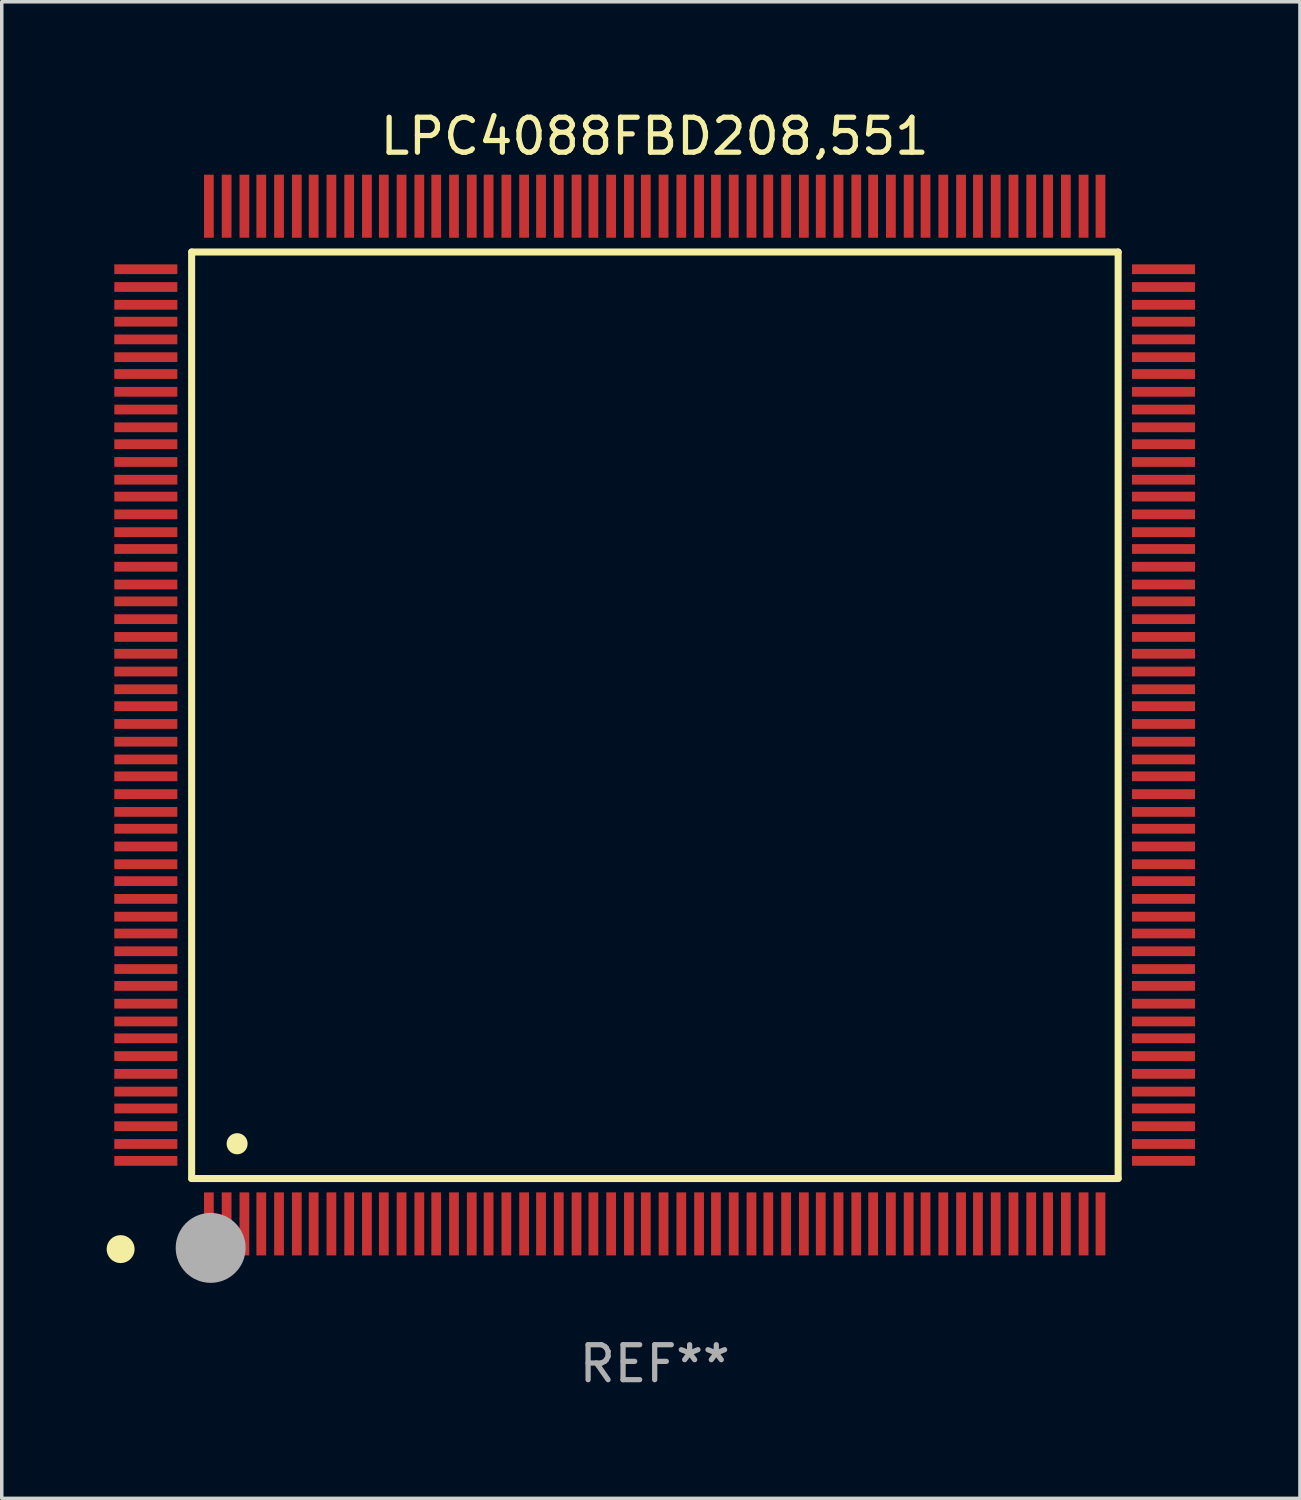
<source format=kicad_pcb>
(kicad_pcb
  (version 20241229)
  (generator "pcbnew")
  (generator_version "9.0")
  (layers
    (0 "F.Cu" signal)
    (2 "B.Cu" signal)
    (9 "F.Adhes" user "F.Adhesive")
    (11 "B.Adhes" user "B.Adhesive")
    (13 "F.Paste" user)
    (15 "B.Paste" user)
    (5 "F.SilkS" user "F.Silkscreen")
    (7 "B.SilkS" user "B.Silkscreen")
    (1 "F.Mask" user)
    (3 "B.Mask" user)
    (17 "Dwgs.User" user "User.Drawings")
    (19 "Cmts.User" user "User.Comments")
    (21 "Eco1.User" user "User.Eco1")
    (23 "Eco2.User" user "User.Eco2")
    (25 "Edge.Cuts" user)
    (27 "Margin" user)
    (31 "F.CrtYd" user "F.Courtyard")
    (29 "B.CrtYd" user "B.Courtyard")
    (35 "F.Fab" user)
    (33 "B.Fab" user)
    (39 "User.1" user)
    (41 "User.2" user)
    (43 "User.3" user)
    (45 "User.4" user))
  (footprint "LPC4088FBD208,551"
    (layer "F.Cu")
    (at 15.675 17.402)
    (property "Reference" "LPC4088FBD208,551" (at 0 -16.554 0) (layer "F.SilkS") (effects (font (size 1 1) (thickness 0.15))))
    (attr through_hole)
    (fp_line (start -13.244 -13.244) (end -13.244 13.256) (stroke (width 0.201) (type solid)) (layer "F.SilkS"))
    (fp_line (start -13.244 13.256) (end 13.256 13.256) (stroke (width 0.201) (type solid)) (layer "F.SilkS"))
    (fp_line (start 13.256 -13.244) (end -13.244 -13.244) (stroke (width 0.201) (type solid)) (layer "F.SilkS"))
    (fp_line (start 13.256 13.256) (end 13.256 -13.244) (stroke (width 0.201) (type solid)) (layer "F.SilkS"))
    (fp_arc (start -13.268987 14.90983) (mid -13.268992 14.90856) (end -13.268987 14.90729) (stroke (width 0.299721) (type solid)) (layer "F.SilkS"))
    (fp_arc (start -11.943104 12.263145) (mid -11.943115 12.260605) (end -11.943104 12.258065) (stroke (width 0.599441) (type solid)) (layer "F.SilkS"))
    (fp_circle (center -15.275 15.275) (end -15.075 15.275) (stroke (width 0.4) (type solid)) (fill no) (layer "F.SilkS"))
    (fp_circle (center -12.7 15.24) (end -12.2 15.24) (stroke (width 1) (type solid)) (fill no) (layer "F.Fab"))
    (fp_text user "REF**" (at 0 18.554 0) (layer "F.Fab") (effects (font (size 1 1) (thickness 0.15))))
    (pad "1" smd rect (at -12.751 14.554 180) (size 0.279 1.803) (layers "F.Cu" "F.Mask" "F.Paste"))
    (pad "2" smd rect (at -12.243 14.554 180) (size 0.279 1.803) (layers "F.Cu" "F.Mask" "F.Paste"))
    (pad "3" smd rect (at -11.735 14.554 180) (size 0.279 1.803) (layers "F.Cu" "F.Mask" "F.Paste"))
    (pad "4" smd rect (at -11.252 14.554 180) (size 0.279 1.803) (layers "F.Cu" "F.Mask" "F.Paste"))
    (pad "5" smd rect (at -10.744 14.554 180) (size 0.279 1.803) (layers "F.Cu" "F.Mask" "F.Paste"))
    (pad "6" smd rect (at -10.236 14.554 180) (size 0.279 1.803) (layers "F.Cu" "F.Mask" "F.Paste"))
    (pad "7" smd rect (at -9.754 14.554 180) (size 0.279 1.803) (layers "F.Cu" "F.Mask" "F.Paste"))
    (pad "8" smd rect (at -9.246 14.554 180) (size 0.279 1.803) (layers "F.Cu" "F.Mask" "F.Paste"))
    (pad "9" smd rect (at -8.738 14.554 180) (size 0.279 1.803) (layers "F.Cu" "F.Mask" "F.Paste"))
    (pad "10" smd rect (at -8.23 14.554 180) (size 0.279 1.803) (layers "F.Cu" "F.Mask" "F.Paste"))
    (pad "11" smd rect (at -7.747 14.554 180) (size 0.279 1.803) (layers "F.Cu" "F.Mask" "F.Paste"))
    (pad "12" smd rect (at -7.239 14.554 180) (size 0.279 1.803) (layers "F.Cu" "F.Mask" "F.Paste"))
    (pad "13" smd rect (at -6.731 14.554 180) (size 0.279 1.803) (layers "F.Cu" "F.Mask" "F.Paste"))
    (pad "14" smd rect (at -6.248 14.554 180) (size 0.279 1.803) (layers "F.Cu" "F.Mask" "F.Paste"))
    (pad "15" smd rect (at -5.74 14.554 180) (size 0.279 1.803) (layers "F.Cu" "F.Mask" "F.Paste"))
    (pad "16" smd rect (at -5.232 14.554 180) (size 0.279 1.803) (layers "F.Cu" "F.Mask" "F.Paste"))
    (pad "17" smd rect (at -4.75 14.554 180) (size 0.279 1.803) (layers "F.Cu" "F.Mask" "F.Paste"))
    (pad "18" smd rect (at -4.242 14.554 180) (size 0.279 1.803) (layers "F.Cu" "F.Mask" "F.Paste"))
    (pad "19" smd rect (at -3.734 14.554 180) (size 0.279 1.803) (layers "F.Cu" "F.Mask" "F.Paste"))
    (pad "20" smd rect (at -3.251 14.554 180) (size 0.279 1.803) (layers "F.Cu" "F.Mask" "F.Paste"))
    (pad "21" smd rect (at -2.743 14.554 180) (size 0.279 1.803) (layers "F.Cu" "F.Mask" "F.Paste"))
    (pad "22" smd rect (at -2.235 14.554 180) (size 0.279 1.803) (layers "F.Cu" "F.Mask" "F.Paste"))
    (pad "23" smd rect (at -1.753 14.554 180) (size 0.279 1.803) (layers "F.Cu" "F.Mask" "F.Paste"))
    (pad "24" smd rect (at -1.245 14.554 180) (size 0.279 1.803) (layers "F.Cu" "F.Mask" "F.Paste"))
    (pad "25" smd rect (at -0.737 14.554 180) (size 0.279 1.803) (layers "F.Cu" "F.Mask" "F.Paste"))
    (pad "26" smd rect (at -0.254 14.554 180) (size 0.279 1.803) (layers "F.Cu" "F.Mask" "F.Paste"))
    (pad "27" smd rect (at 0.254 14.554 180) (size 0.279 1.803) (layers "F.Cu" "F.Mask" "F.Paste"))
    (pad "28" smd rect (at 0.762 14.554 180) (size 0.279 1.803) (layers "F.Cu" "F.Mask" "F.Paste"))
    (pad "29" smd rect (at 1.27 14.554 180) (size 0.279 1.803) (layers "F.Cu" "F.Mask" "F.Paste"))
    (pad "30" smd rect (at 1.753 14.554 180) (size 0.279 1.803) (layers "F.Cu" "F.Mask" "F.Paste"))
    (pad "31" smd rect (at 2.261 14.554 180) (size 0.279 1.803) (layers "F.Cu" "F.Mask" "F.Paste"))
    (pad "32" smd rect (at 2.769 14.554 180) (size 0.279 1.803) (layers "F.Cu" "F.Mask" "F.Paste"))
    (pad "33" smd rect (at 3.251 14.554 180) (size 0.279 1.803) (layers "F.Cu" "F.Mask" "F.Paste"))
    (pad "34" smd rect (at 3.759 14.554 180) (size 0.279 1.803) (layers "F.Cu" "F.Mask" "F.Paste"))
    (pad "35" smd rect (at 4.267 14.554 180) (size 0.279 1.803) (layers "F.Cu" "F.Mask" "F.Paste"))
    (pad "36" smd rect (at 4.75 14.554 180) (size 0.279 1.803) (layers "F.Cu" "F.Mask" "F.Paste"))
    (pad "37" smd rect (at 5.258 14.554 180) (size 0.279 1.803) (layers "F.Cu" "F.Mask" "F.Paste"))
    (pad "38" smd rect (at 5.766 14.554 180) (size 0.279 1.803) (layers "F.Cu" "F.Mask" "F.Paste"))
    (pad "39" smd rect (at 6.248 14.554 180) (size 0.279 1.803) (layers "F.Cu" "F.Mask" "F.Paste"))
    (pad "40" smd rect (at 6.756 14.554 180) (size 0.279 1.803) (layers "F.Cu" "F.Mask" "F.Paste"))
    (pad "41" smd rect (at 7.264 14.554 180) (size 0.279 1.803) (layers "F.Cu" "F.Mask" "F.Paste"))
    (pad "42" smd rect (at 7.747 14.554 180) (size 0.279 1.803) (layers "F.Cu" "F.Mask" "F.Paste"))
    (pad "43" smd rect (at 8.255 14.554 180) (size 0.279 1.803) (layers "F.Cu" "F.Mask" "F.Paste"))
    (pad "44" smd rect (at 8.763 14.554 180) (size 0.279 1.803) (layers "F.Cu" "F.Mask" "F.Paste"))
    (pad "45" smd rect (at 9.246 14.554 180) (size 0.279 1.803) (layers "F.Cu" "F.Mask" "F.Paste"))
    (pad "46" smd rect (at 9.754 14.554 180) (size 0.279 1.803) (layers "F.Cu" "F.Mask" "F.Paste"))
    (pad "47" smd rect (at 10.262 14.554 180) (size 0.279 1.803) (layers "F.Cu" "F.Mask" "F.Paste"))
    (pad "48" smd rect (at 10.77 14.554 180) (size 0.279 1.803) (layers "F.Cu" "F.Mask" "F.Paste"))
    (pad "49" smd rect (at 11.252 14.554 180) (size 0.279 1.803) (layers "F.Cu" "F.Mask" "F.Paste"))
    (pad "50" smd rect (at 11.76 14.554 180) (size 0.279 1.803) (layers "F.Cu" "F.Mask" "F.Paste"))
    (pad "51" smd rect (at 12.268 14.554 180) (size 0.279 1.803) (layers "F.Cu" "F.Mask" "F.Paste"))
    (pad "52" smd rect (at 12.751 14.554 180) (size 0.279 1.803) (layers "F.Cu" "F.Mask" "F.Paste"))
    (pad "53" smd rect (at 14.554 12.751 90) (size 0.279 1.803) (layers "F.Cu" "F.Mask" "F.Paste"))
    (pad "54" smd rect (at 14.554 12.268 90) (size 0.279 1.803) (layers "F.Cu" "F.Mask" "F.Paste"))
    (pad "55" smd rect (at 14.554 11.76 90) (size 0.279 1.803) (layers "F.Cu" "F.Mask" "F.Paste"))
    (pad "56" smd rect (at 14.554 11.252 90) (size 0.279 1.803) (layers "F.Cu" "F.Mask" "F.Paste"))
    (pad "57" smd rect (at 14.554 10.77 90) (size 0.279 1.803) (layers "F.Cu" "F.Mask" "F.Paste"))
    (pad "58" smd rect (at 14.554 10.262 90) (size 0.279 1.803) (layers "F.Cu" "F.Mask" "F.Paste"))
    (pad "59" smd rect (at 14.554 9.754 90) (size 0.279 1.803) (layers "F.Cu" "F.Mask" "F.Paste"))
    (pad "60" smd rect (at 14.554 9.246 90) (size 0.279 1.803) (layers "F.Cu" "F.Mask" "F.Paste"))
    (pad "61" smd rect (at 14.554 8.763 90) (size 0.279 1.803) (layers "F.Cu" "F.Mask" "F.Paste"))
    (pad "62" smd rect (at 14.554 8.255 90) (size 0.279 1.803) (layers "F.Cu" "F.Mask" "F.Paste"))
    (pad "63" smd rect (at 14.554 7.747 90) (size 0.279 1.803) (layers "F.Cu" "F.Mask" "F.Paste"))
    (pad "64" smd rect (at 14.554 7.264 90) (size 0.279 1.803) (layers "F.Cu" "F.Mask" "F.Paste"))
    (pad "65" smd rect (at 14.554 6.756 90) (size 0.279 1.803) (layers "F.Cu" "F.Mask" "F.Paste"))
    (pad "66" smd rect (at 14.554 6.248 90) (size 0.279 1.803) (layers "F.Cu" "F.Mask" "F.Paste"))
    (pad "67" smd rect (at 14.554 5.766 90) (size 0.279 1.803) (layers "F.Cu" "F.Mask" "F.Paste"))
    (pad "68" smd rect (at 14.554 5.258 90) (size 0.279 1.803) (layers "F.Cu" "F.Mask" "F.Paste"))
    (pad "69" smd rect (at 14.554 4.75 90) (size 0.279 1.803) (layers "F.Cu" "F.Mask" "F.Paste"))
    (pad "70" smd rect (at 14.554 4.267 90) (size 0.279 1.803) (layers "F.Cu" "F.Mask" "F.Paste"))
    (pad "71" smd rect (at 14.554 3.759 90) (size 0.279 1.803) (layers "F.Cu" "F.Mask" "F.Paste"))
    (pad "72" smd rect (at 14.554 3.251 90) (size 0.279 1.803) (layers "F.Cu" "F.Mask" "F.Paste"))
    (pad "73" smd rect (at 14.554 2.769 90) (size 0.279 1.803) (layers "F.Cu" "F.Mask" "F.Paste"))
    (pad "74" smd rect (at 14.554 2.261 90) (size 0.279 1.803) (layers "F.Cu" "F.Mask" "F.Paste"))
    (pad "75" smd rect (at 14.554 1.753 90) (size 0.279 1.803) (layers "F.Cu" "F.Mask" "F.Paste"))
    (pad "76" smd rect (at 14.554 1.27 90) (size 0.279 1.803) (layers "F.Cu" "F.Mask" "F.Paste"))
    (pad "77" smd rect (at 14.554 0.762 90) (size 0.279 1.803) (layers "F.Cu" "F.Mask" "F.Paste"))
    (pad "78" smd rect (at 14.554 0.254 90) (size 0.279 1.803) (layers "F.Cu" "F.Mask" "F.Paste"))
    (pad "79" smd rect (at 14.554 -0.254 90) (size 0.279 1.803) (layers "F.Cu" "F.Mask" "F.Paste"))
    (pad "80" smd rect (at 14.554 -0.737 90) (size 0.279 1.803) (layers "F.Cu" "F.Mask" "F.Paste"))
    (pad "81" smd rect (at 14.554 -1.245 90) (size 0.279 1.803) (layers "F.Cu" "F.Mask" "F.Paste"))
    (pad "82" smd rect (at 14.554 -1.753 90) (size 0.279 1.803) (layers "F.Cu" "F.Mask" "F.Paste"))
    (pad "83" smd rect (at 14.554 -2.235 90) (size 0.279 1.803) (layers "F.Cu" "F.Mask" "F.Paste"))
    (pad "84" smd rect (at 14.554 -2.743 90) (size 0.279 1.803) (layers "F.Cu" "F.Mask" "F.Paste"))
    (pad "85" smd rect (at 14.554 -3.251 90) (size 0.279 1.803) (layers "F.Cu" "F.Mask" "F.Paste"))
    (pad "86" smd rect (at 14.554 -3.734 90) (size 0.279 1.803) (layers "F.Cu" "F.Mask" "F.Paste"))
    (pad "87" smd rect (at 14.554 -4.242 90) (size 0.279 1.803) (layers "F.Cu" "F.Mask" "F.Paste"))
    (pad "88" smd rect (at 14.554 -4.75 90) (size 0.279 1.803) (layers "F.Cu" "F.Mask" "F.Paste"))
    (pad "89" smd rect (at 14.554 -5.232 90) (size 0.279 1.803) (layers "F.Cu" "F.Mask" "F.Paste"))
    (pad "90" smd rect (at 14.554 -5.74 90) (size 0.279 1.803) (layers "F.Cu" "F.Mask" "F.Paste"))
    (pad "91" smd rect (at 14.554 -6.248 90) (size 0.279 1.803) (layers "F.Cu" "F.Mask" "F.Paste"))
    (pad "92" smd rect (at 14.554 -6.731 90) (size 0.279 1.803) (layers "F.Cu" "F.Mask" "F.Paste"))
    (pad "93" smd rect (at 14.554 -7.239 90) (size 0.279 1.803) (layers "F.Cu" "F.Mask" "F.Paste"))
    (pad "94" smd rect (at 14.554 -7.747 90) (size 0.279 1.803) (layers "F.Cu" "F.Mask" "F.Paste"))
    (pad "95" smd rect (at 14.554 -8.23 90) (size 0.279 1.803) (layers "F.Cu" "F.Mask" "F.Paste"))
    (pad "96" smd rect (at 14.554 -8.738 90) (size 0.279 1.803) (layers "F.Cu" "F.Mask" "F.Paste"))
    (pad "97" smd rect (at 14.554 -9.246 90) (size 0.279 1.803) (layers "F.Cu" "F.Mask" "F.Paste"))
    (pad "98" smd rect (at 14.554 -9.754 90) (size 0.279 1.803) (layers "F.Cu" "F.Mask" "F.Paste"))
    (pad "99" smd rect (at 14.554 -10.236 90) (size 0.279 1.803) (layers "F.Cu" "F.Mask" "F.Paste"))
    (pad "100" smd rect (at 14.554 -10.744 90) (size 0.279 1.803) (layers "F.Cu" "F.Mask" "F.Paste"))
    (pad "101" smd rect (at 14.554 -11.252 90) (size 0.279 1.803) (layers "F.Cu" "F.Mask" "F.Paste"))
    (pad "102" smd rect (at 14.554 -11.735 90) (size 0.279 1.803) (layers "F.Cu" "F.Mask" "F.Paste"))
    (pad "103" smd rect (at 14.554 -12.243 90) (size 0.279 1.803) (layers "F.Cu" "F.Mask" "F.Paste"))
    (pad "104" smd rect (at 14.554 -12.751 90) (size 0.279 1.803) (layers "F.Cu" "F.Mask" "F.Paste"))
    (pad "105" smd rect (at 12.751 -14.554 180) (size 0.279 1.803) (layers "F.Cu" "F.Mask" "F.Paste"))
    (pad "106" smd rect (at 12.268 -14.554 180) (size 0.279 1.803) (layers "F.Cu" "F.Mask" "F.Paste"))
    (pad "107" smd rect (at 11.76 -14.554 180) (size 0.279 1.803) (layers "F.Cu" "F.Mask" "F.Paste"))
    (pad "108" smd rect (at 11.252 -14.554 180) (size 0.279 1.803) (layers "F.Cu" "F.Mask" "F.Paste"))
    (pad "109" smd rect (at 10.77 -14.554 180) (size 0.279 1.803) (layers "F.Cu" "F.Mask" "F.Paste"))
    (pad "110" smd rect (at 10.262 -14.554 180) (size 0.279 1.803) (layers "F.Cu" "F.Mask" "F.Paste"))
    (pad "111" smd rect (at 9.754 -14.554 180) (size 0.279 1.803) (layers "F.Cu" "F.Mask" "F.Paste"))
    (pad "112" smd rect (at 9.246 -14.554 180) (size 0.279 1.803) (layers "F.Cu" "F.Mask" "F.Paste"))
    (pad "113" smd rect (at 8.763 -14.554 180) (size 0.279 1.803) (layers "F.Cu" "F.Mask" "F.Paste"))
    (pad "114" smd rect (at 8.255 -14.554 180) (size 0.279 1.803) (layers "F.Cu" "F.Mask" "F.Paste"))
    (pad "115" smd rect (at 7.747 -14.554 180) (size 0.279 1.803) (layers "F.Cu" "F.Mask" "F.Paste"))
    (pad "116" smd rect (at 7.264 -14.554 180) (size 0.279 1.803) (layers "F.Cu" "F.Mask" "F.Paste"))
    (pad "117" smd rect (at 6.756 -14.554 180) (size 0.279 1.803) (layers "F.Cu" "F.Mask" "F.Paste"))
    (pad "118" smd rect (at 6.248 -14.554 180) (size 0.279 1.803) (layers "F.Cu" "F.Mask" "F.Paste"))
    (pad "119" smd rect (at 5.766 -14.554 180) (size 0.279 1.803) (layers "F.Cu" "F.Mask" "F.Paste"))
    (pad "120" smd rect (at 5.258 -14.554 180) (size 0.279 1.803) (layers "F.Cu" "F.Mask" "F.Paste"))
    (pad "121" smd rect (at 4.75 -14.554 180) (size 0.279 1.803) (layers "F.Cu" "F.Mask" "F.Paste"))
    (pad "122" smd rect (at 4.267 -14.554 180) (size 0.279 1.803) (layers "F.Cu" "F.Mask" "F.Paste"))
    (pad "123" smd rect (at 3.759 -14.554 180) (size 0.279 1.803) (layers "F.Cu" "F.Mask" "F.Paste"))
    (pad "124" smd rect (at 3.251 -14.554 180) (size 0.279 1.803) (layers "F.Cu" "F.Mask" "F.Paste"))
    (pad "125" smd rect (at 2.769 -14.554 180) (size 0.279 1.803) (layers "F.Cu" "F.Mask" "F.Paste"))
    (pad "126" smd rect (at 2.261 -14.554 180) (size 0.279 1.803) (layers "F.Cu" "F.Mask" "F.Paste"))
    (pad "127" smd rect (at 1.753 -14.554 180) (size 0.279 1.803) (layers "F.Cu" "F.Mask" "F.Paste"))
    (pad "128" smd rect (at 1.27 -14.554 180) (size 0.279 1.803) (layers "F.Cu" "F.Mask" "F.Paste"))
    (pad "129" smd rect (at 0.762 -14.554 180) (size 0.279 1.803) (layers "F.Cu" "F.Mask" "F.Paste"))
    (pad "130" smd rect (at 0.254 -14.554 180) (size 0.279 1.803) (layers "F.Cu" "F.Mask" "F.Paste"))
    (pad "131" smd rect (at -0.254 -14.554 180) (size 0.279 1.803) (layers "F.Cu" "F.Mask" "F.Paste"))
    (pad "132" smd rect (at -0.737 -14.554 180) (size 0.279 1.803) (layers "F.Cu" "F.Mask" "F.Paste"))
    (pad "133" smd rect (at -1.245 -14.554 180) (size 0.279 1.803) (layers "F.Cu" "F.Mask" "F.Paste"))
    (pad "134" smd rect (at -1.753 -14.554 180) (size 0.279 1.803) (layers "F.Cu" "F.Mask" "F.Paste"))
    (pad "135" smd rect (at -2.235 -14.554 180) (size 0.279 1.803) (layers "F.Cu" "F.Mask" "F.Paste"))
    (pad "136" smd rect (at -2.743 -14.554 180) (size 0.279 1.803) (layers "F.Cu" "F.Mask" "F.Paste"))
    (pad "137" smd rect (at -3.251 -14.554 180) (size 0.279 1.803) (layers "F.Cu" "F.Mask" "F.Paste"))
    (pad "138" smd rect (at -3.734 -14.554 180) (size 0.279 1.803) (layers "F.Cu" "F.Mask" "F.Paste"))
    (pad "139" smd rect (at -4.242 -14.554 180) (size 0.279 1.803) (layers "F.Cu" "F.Mask" "F.Paste"))
    (pad "140" smd rect (at -4.75 -14.554 180) (size 0.279 1.803) (layers "F.Cu" "F.Mask" "F.Paste"))
    (pad "141" smd rect (at -5.232 -14.554 180) (size 0.279 1.803) (layers "F.Cu" "F.Mask" "F.Paste"))
    (pad "142" smd rect (at -5.74 -14.554 180) (size 0.279 1.803) (layers "F.Cu" "F.Mask" "F.Paste"))
    (pad "143" smd rect (at -6.248 -14.554 180) (size 0.279 1.803) (layers "F.Cu" "F.Mask" "F.Paste"))
    (pad "144" smd rect (at -6.731 -14.554 180) (size 0.279 1.803) (layers "F.Cu" "F.Mask" "F.Paste"))
    (pad "145" smd rect (at -7.239 -14.554 180) (size 0.279 1.803) (layers "F.Cu" "F.Mask" "F.Paste"))
    (pad "146" smd rect (at -7.747 -14.554 180) (size 0.279 1.803) (layers "F.Cu" "F.Mask" "F.Paste"))
    (pad "147" smd rect (at -8.23 -14.554 180) (size 0.279 1.803) (layers "F.Cu" "F.Mask" "F.Paste"))
    (pad "148" smd rect (at -8.738 -14.554 180) (size 0.279 1.803) (layers "F.Cu" "F.Mask" "F.Paste"))
    (pad "149" smd rect (at -9.246 -14.554 180) (size 0.279 1.803) (layers "F.Cu" "F.Mask" "F.Paste"))
    (pad "150" smd rect (at -9.754 -14.554 180) (size 0.279 1.803) (layers "F.Cu" "F.Mask" "F.Paste"))
    (pad "151" smd rect (at -10.236 -14.554 180) (size 0.279 1.803) (layers "F.Cu" "F.Mask" "F.Paste"))
    (pad "152" smd rect (at -10.744 -14.554 180) (size 0.279 1.803) (layers "F.Cu" "F.Mask" "F.Paste"))
    (pad "153" smd rect (at -11.252 -14.554 180) (size 0.279 1.803) (layers "F.Cu" "F.Mask" "F.Paste"))
    (pad "154" smd rect (at -11.735 -14.554 180) (size 0.279 1.803) (layers "F.Cu" "F.Mask" "F.Paste"))
    (pad "155" smd rect (at -12.243 -14.554 180) (size 0.279 1.803) (layers "F.Cu" "F.Mask" "F.Paste"))
    (pad "156" smd rect (at -12.751 -14.554 180) (size 0.279 1.803) (layers "F.Cu" "F.Mask" "F.Paste"))
    (pad "157" smd rect (at -14.554 -12.751 90) (size 0.279 1.803) (layers "F.Cu" "F.Mask" "F.Paste"))
    (pad "158" smd rect (at -14.554 -12.243 90) (size 0.279 1.803) (layers "F.Cu" "F.Mask" "F.Paste"))
    (pad "159" smd rect (at -14.554 -11.735 90) (size 0.279 1.803) (layers "F.Cu" "F.Mask" "F.Paste"))
    (pad "160" smd rect (at -14.554 -11.252 90) (size 0.279 1.803) (layers "F.Cu" "F.Mask" "F.Paste"))
    (pad "161" smd rect (at -14.554 -10.744 90) (size 0.279 1.803) (layers "F.Cu" "F.Mask" "F.Paste"))
    (pad "162" smd rect (at -14.554 -10.236 90) (size 0.279 1.803) (layers "F.Cu" "F.Mask" "F.Paste"))
    (pad "163" smd rect (at -14.554 -9.754 90) (size 0.279 1.803) (layers "F.Cu" "F.Mask" "F.Paste"))
    (pad "164" smd rect (at -14.554 -9.246 90) (size 0.279 1.803) (layers "F.Cu" "F.Mask" "F.Paste"))
    (pad "165" smd rect (at -14.554 -8.738 90) (size 0.279 1.803) (layers "F.Cu" "F.Mask" "F.Paste"))
    (pad "166" smd rect (at -14.554 -8.23 90) (size 0.279 1.803) (layers "F.Cu" "F.Mask" "F.Paste"))
    (pad "167" smd rect (at -14.554 -7.747 90) (size 0.279 1.803) (layers "F.Cu" "F.Mask" "F.Paste"))
    (pad "168" smd rect (at -14.554 -7.239 90) (size 0.279 1.803) (layers "F.Cu" "F.Mask" "F.Paste"))
    (pad "169" smd rect (at -14.554 -6.731 90) (size 0.279 1.803) (layers "F.Cu" "F.Mask" "F.Paste"))
    (pad "170" smd rect (at -14.554 -6.248 90) (size 0.279 1.803) (layers "F.Cu" "F.Mask" "F.Paste"))
    (pad "171" smd rect (at -14.554 -5.74 90) (size 0.279 1.803) (layers "F.Cu" "F.Mask" "F.Paste"))
    (pad "172" smd rect (at -14.554 -5.232 90) (size 0.279 1.803) (layers "F.Cu" "F.Mask" "F.Paste"))
    (pad "173" smd rect (at -14.554 -4.75 90) (size 0.279 1.803) (layers "F.Cu" "F.Mask" "F.Paste"))
    (pad "174" smd rect (at -14.554 -4.242 90) (size 0.279 1.803) (layers "F.Cu" "F.Mask" "F.Paste"))
    (pad "175" smd rect (at -14.554 -3.734 90) (size 0.279 1.803) (layers "F.Cu" "F.Mask" "F.Paste"))
    (pad "176" smd rect (at -14.554 -3.251 90) (size 0.279 1.803) (layers "F.Cu" "F.Mask" "F.Paste"))
    (pad "177" smd rect (at -14.554 -2.743 90) (size 0.279 1.803) (layers "F.Cu" "F.Mask" "F.Paste"))
    (pad "178" smd rect (at -14.554 -2.235 90) (size 0.279 1.803) (layers "F.Cu" "F.Mask" "F.Paste"))
    (pad "179" smd rect (at -14.554 -1.753 90) (size 0.279 1.803) (layers "F.Cu" "F.Mask" "F.Paste"))
    (pad "180" smd rect (at -14.554 -1.245 90) (size 0.279 1.803) (layers "F.Cu" "F.Mask" "F.Paste"))
    (pad "181" smd rect (at -14.554 -0.737 90) (size 0.279 1.803) (layers "F.Cu" "F.Mask" "F.Paste"))
    (pad "182" smd rect (at -14.554 -0.254 90) (size 0.279 1.803) (layers "F.Cu" "F.Mask" "F.Paste"))
    (pad "183" smd rect (at -14.554 0.254 90) (size 0.279 1.803) (layers "F.Cu" "F.Mask" "F.Paste"))
    (pad "184" smd rect (at -14.554 0.762 90) (size 0.279 1.803) (layers "F.Cu" "F.Mask" "F.Paste"))
    (pad "185" smd rect (at -14.554 1.27 90) (size 0.279 1.803) (layers "F.Cu" "F.Mask" "F.Paste"))
    (pad "186" smd rect (at -14.554 1.753 90) (size 0.279 1.803) (layers "F.Cu" "F.Mask" "F.Paste"))
    (pad "187" smd rect (at -14.554 2.261 90) (size 0.279 1.803) (layers "F.Cu" "F.Mask" "F.Paste"))
    (pad "188" smd rect (at -14.554 2.769 90) (size 0.279 1.803) (layers "F.Cu" "F.Mask" "F.Paste"))
    (pad "189" smd rect (at -14.554 3.251 90) (size 0.279 1.803) (layers "F.Cu" "F.Mask" "F.Paste"))
    (pad "190" smd rect (at -14.554 3.759 90) (size 0.279 1.803) (layers "F.Cu" "F.Mask" "F.Paste"))
    (pad "191" smd rect (at -14.554 4.267 90) (size 0.279 1.803) (layers "F.Cu" "F.Mask" "F.Paste"))
    (pad "192" smd rect (at -14.554 4.75 90) (size 0.279 1.803) (layers "F.Cu" "F.Mask" "F.Paste"))
    (pad "193" smd rect (at -14.554 5.258 90) (size 0.279 1.803) (layers "F.Cu" "F.Mask" "F.Paste"))
    (pad "194" smd rect (at -14.554 5.766 90) (size 0.279 1.803) (layers "F.Cu" "F.Mask" "F.Paste"))
    (pad "195" smd rect (at -14.554 6.248 90) (size 0.279 1.803) (layers "F.Cu" "F.Mask" "F.Paste"))
    (pad "196" smd rect (at -14.554 6.756 90) (size 0.279 1.803) (layers "F.Cu" "F.Mask" "F.Paste"))
    (pad "197" smd rect (at -14.554 7.264 90) (size 0.279 1.803) (layers "F.Cu" "F.Mask" "F.Paste"))
    (pad "198" smd rect (at -14.554 7.747 90) (size 0.279 1.803) (layers "F.Cu" "F.Mask" "F.Paste"))
    (pad "199" smd rect (at -14.554 8.255 90) (size 0.279 1.803) (layers "F.Cu" "F.Mask" "F.Paste"))
    (pad "200" smd rect (at -14.554 8.763 90) (size 0.279 1.803) (layers "F.Cu" "F.Mask" "F.Paste"))
    (pad "201" smd rect (at -14.554 9.246 90) (size 0.279 1.803) (layers "F.Cu" "F.Mask" "F.Paste"))
    (pad "202" smd rect (at -14.554 9.754 90) (size 0.279 1.803) (layers "F.Cu" "F.Mask" "F.Paste"))
    (pad "203" smd rect (at -14.554 10.262 90) (size 0.279 1.803) (layers "F.Cu" "F.Mask" "F.Paste"))
    (pad "204" smd rect (at -14.554 10.77 90) (size 0.279 1.803) (layers "F.Cu" "F.Mask" "F.Paste"))
    (pad "205" smd rect (at -14.554 11.252 90) (size 0.279 1.803) (layers "F.Cu" "F.Mask" "F.Paste"))
    (pad "206" smd rect (at -14.554 11.76 90) (size 0.279 1.803) (layers "F.Cu" "F.Mask" "F.Paste"))
    (pad "207" smd rect (at -14.554 12.268 90) (size 0.279 1.803) (layers "F.Cu" "F.Mask" "F.Paste"))
    (pad "208" smd rect (at -14.554 12.751 90) (size 0.279 1.803) (layers "F.Cu" "F.Mask" "F.Paste")))
  (gr_rect
    (start -3 -3)
    (end 34.131 39.805)
    (stroke (width 0.1) (type default))
    (fill no)
    (layer "Edge.Cuts")))
</source>
